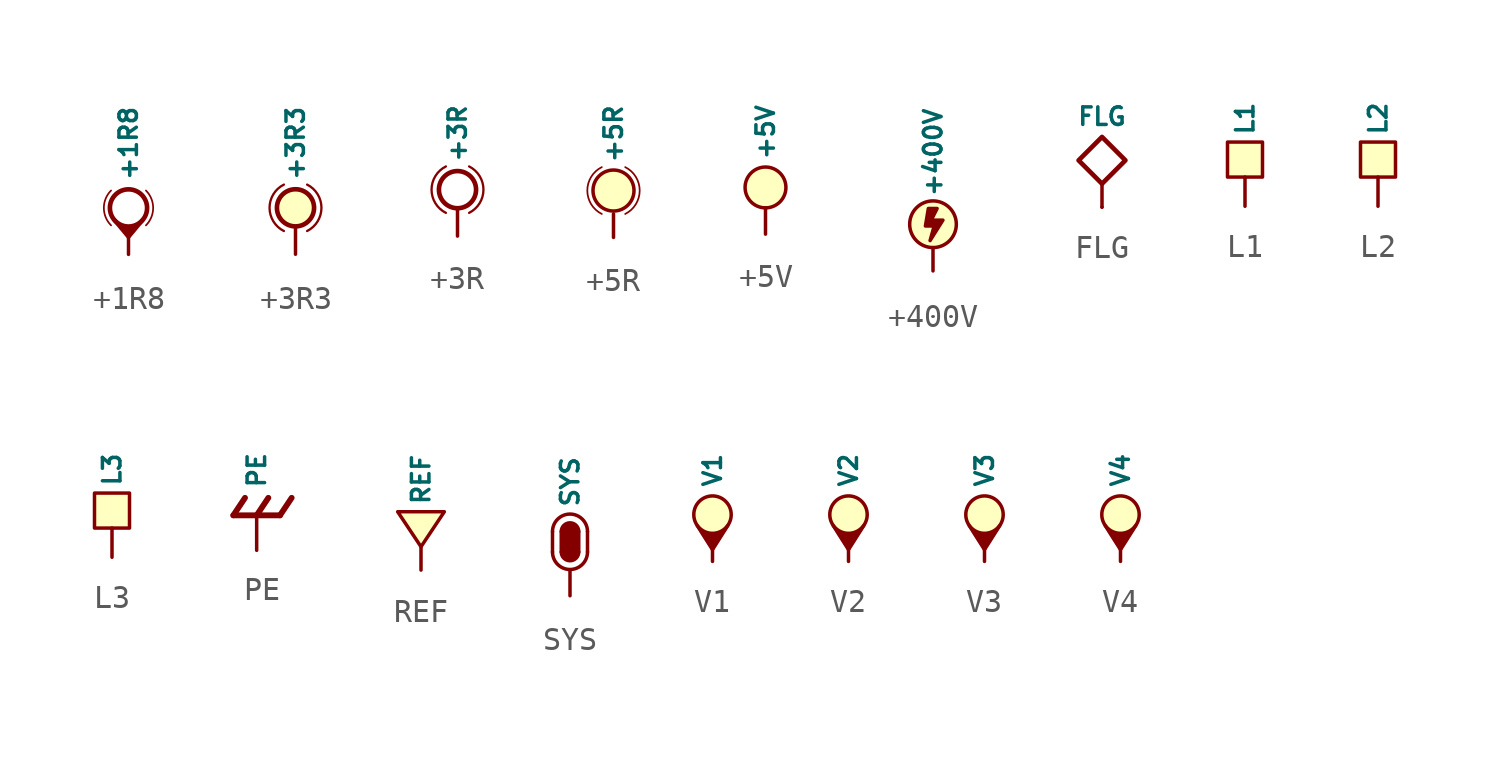
<source format=kicad_sym>
(kicad_symbol_lib
  (version 20220914)
  (generator kicad_symbol_editor)
  (symbol "+1R8"
    (power)
    (pin_names
      (offset 0))
    (property "Reference" "#PWR"
      (at 0 -1.27 0)
      (effects (font (size 0.762 0.762)) hide))
    (property "Value" "+1R8"
      (at 0 3.175 90)
      (effects (font (size 0.762 0.762)) (justify left)))
    (symbol "+1R8_0_1"
      (arc (start -0.762 2.794) (mid -1.0776 2.032) (end -0.762 1.27) (stroke (width 0.0762) (type solid)) (fill (type none)))
      (polyline (pts (xy 0 0) (xy 0 1.143)) (stroke (width 0) (type solid)) (fill (type none)))
      (polyline (pts (xy -0.635 1.524) (xy -0.254 1.143) (xy 0.254 1.143) (xy 0.635 1.524) (xy 0 0.762) (xy -0.635 1.524)) (stroke (width 0.178) (type solid)) (fill (type outline)))
      (circle (center 0 2.032) (radius 0.813) (stroke (width 0.203) (type solid)) (fill (type none)))
      (arc (start 0.762 1.27) (mid 1.0776 2.032) (end 0.762 2.794) (stroke (width 0.0762) (type solid)) (fill (type none))))
    (symbol "+1R8_1_1"
      (pin power_in line (at 0 0 90) (length 0) hide (name "+1R8" (effects (font (size 0.254 0.254)))) (number "1" (effects (font (size 0.254 0.254)))))))
  (symbol "+3R3"
    (power)
    (pin_names
      (offset 0))
    (property "Reference" "#PWR"
      (at 0 -1.27 0)
      (effects (font (size 0.762 0.762)) hide))
    (property "Value" "+3R3"
      (at 0 3.175 90)
      (effects (font (size 0.762 0.762)) (justify left)))
    (symbol "+3R3_0_1"
      (arc (start -0.508 3.048) (mid -1.1359 2.032) (end -0.508 1.016) (stroke (width 0.1016) (type solid)) (fill (type none)))
      (polyline (pts (xy 0 0) (xy 0 1.143)) (stroke (width 0) (type solid)) (fill (type none)))
      (circle (center 0 2.032) (radius 0.813) (stroke (width 0.203) (type solid)) (fill (type background)))
      (arc (start 0.508 1.016) (mid 1.1359 2.032) (end 0.508 3.048) (stroke (width 0.1016) (type solid)) (fill (type none))))
    (symbol "+3R3_1_1"
      (pin power_in line (at 0 0 90) (length 0) hide (name "+3R3" (effects (font (size 0.254 0.254)))) (number "1" (effects (font (size 0.254 0.254)))))))
  (symbol "+3R"
    (power)
    (pin_names
      (offset 0))
    (property "Reference" "#PWR"
      (at 0 -1.27 0)
      (effects (font (size 0.762 0.762)) hide))
    (property "Value" "+3R"
      (at 0 3.175 90)
      (effects (font (size 0.762 0.762)) (justify left)))
    (symbol "+3R_0_1"
      (arc (start -0.508 3.048) (mid -1.1359 2.032) (end -0.508 1.016) (stroke (width 0.1016) (type solid)) (fill (type none)))
      (polyline (pts (xy 0 0) (xy 0 1.143)) (stroke (width 0) (type solid)) (fill (type none)))
      (circle (center 0 2.032) (radius 0.813) (stroke (width 0.203) (type solid)) (fill (type none)))
      (arc (start 0.508 1.016) (mid 1.1359 2.032) (end 0.508 3.048) (stroke (width 0.1016) (type solid)) (fill (type none))))
    (symbol "+3R_1_1"
      (pin power_in line (at 0 0 90) (length 0) hide (name "+3R" (effects (font (size 0.254 0.254)))) (number "1" (effects (font (size 0.254 0.254)))))))
  (symbol "+5R"
    (power)
    (pin_names
      (offset 0))
    (property "Reference" "#PWR"
      (at 0 -1.27 0)
      (effects (font (size 0.762 0.762)) hide))
    (property "Value" "+5R"
      (at 0 3.175 90)
      (effects (font (size 0.762 0.762)) (justify left)))
    (symbol "+5R_0_1"
      (arc (start -0.508 3.048) (mid -1.1359 2.032) (end -0.508 1.016) (stroke (width 0.0762) (type solid)) (fill (type none)))
      (polyline (pts (xy 0 0) (xy 0 1.016)) (stroke (width 0) (type solid)) (fill (type none)))
      (circle (center 0 2.032) (radius 0.889) (stroke (width 0) (type solid)) (fill (type background)))
      (arc (start 0.508 1.016) (mid 1.1359 2.032) (end 0.508 3.048) (stroke (width 0.0762) (type solid)) (fill (type none))))
    (symbol "+5R_1_1"
      (pin power_in line (at 0 0 90) (length 0) hide (name "+5R" (effects (font (size 0.254 0.254)))) (number "1" (effects (font (size 0.254 0.254)))))))
  (symbol "+5V"
    (power)
    (pin_names
      (offset 0))
    (property "Reference" "#PWR"
      (at 0 -1.27 0)
      (effects (font (size 0.762 0.762)) hide))
    (property "Value" "+5V"
      (at 0 3.175 90)
      (effects (font (size 0.762 0.762)) (justify left)))
    (symbol "+5V_0_1"
      (polyline (pts (xy 0 0) (xy 0 1.143)) (stroke (width 0) (type solid)) (fill (type none)))
      (circle (center 0 2.032) (radius 0.889) (stroke (width 0) (type solid)) (fill (type background))))
    (symbol "+5V_1_1"
      (pin power_in line (at 0 0 90) (length 0) hide (name "+5V" (effects (font (size 0.254 0.254)))) (number "1" (effects (font (size 0.254 0.254)))))))
  (symbol "+400V"
    (power)
    (pin_names
      (offset 0))
    (property "Reference" "#PWR"
      (at 0 -1.27 0)
      (effects (font (size 0.762 0.762)) hide))
    (property "Value" "+400V"
      (at 0 3.175 90)
      (effects (font (size 0.762 0.762)) (justify left)))
    (symbol "+400V_0_1"
      (polyline (pts (xy 0 0) (xy 0 1.016)) (stroke (width 0) (type solid)) (fill (type none))))
    (symbol "+400V_1_1"
      (polyline (pts (xy -0.203 2.718) (xy 0.178 2.718) (xy -0.076 2.21) (xy 0.432 2.21) (xy -0.127 1.321) (xy 0.051 1.956) (xy -0.33 1.956) (xy -0.203 2.718)) (stroke (width 0) (type default)) (fill (type outline)))
      (circle (center 0 2.032) (radius 1.016) (stroke (width 0) (type solid)) (fill (type background)))
      (pin power_in line (at 0 0 90) (length 0) hide (name "+400V" (effects (font (size 0.254 0.254)))) (number "1" (effects (font (size 0.254 0.254)))))))
  (symbol "FLG"
    (power)
    (pin_numbers hide)
    (pin_names
      (offset 0) hide)
    (property "Reference" "#FLG"
      (at 0.127 -1.143 0)
      (effects (font (size 0.762 0.762)) hide))
    (property "Value" "FLG"
      (at 0 3.937 0)
      (effects (font (size 0.762 0.762))))
    (symbol "FLG_0_0"
      (pin power_out line (at 0 0 90) (length 0) (name "pwr" (effects (font (size 0.254 0.254)))) (number "1" (effects (font (size 0.254 0.254))))))
    (symbol "FLG_0_1"
      (polyline (pts (xy 0 0) (xy 0 1.016)) (stroke (width 0) (type solid)) (fill (type none)))
      (polyline (pts (xy 0 1.016) (xy -1.016 2.032) (xy 0 3.048) (xy 1.016 2.032) (xy 0 1.016)) (stroke (width 0.203) (type solid)) (fill (type none)))))
  (symbol "L1"
    (power)
    (pin_names
      (offset 0))
    (property "Reference" "#PWR"
      (at 0 -1.27 0)
      (effects (font (size 0.762 0.762)) hide))
    (property "Value" "L1"
      (at 0 3.048 90)
      (effects (font (size 0.762 0.762)) (justify left)))
    (symbol "L1_0_1"
      (polyline (pts (xy 0 0) (xy 0 1.27)) (stroke (width 0) (type solid)) (fill (type none)))
      (rectangle (start 0.762 1.27) (end -0.762 2.794) (stroke (width 0) (type solid)) (fill (type background))))
    (symbol "L1_1_1"
      (pin power_in line (at 0 0 90) (length 0) hide (name "L1" (effects (font (size 0.254 0.254)))) (number "1" (effects (font (size 0.254 0.254)))))))
  (symbol "L2"
    (power)
    (pin_names
      (offset 0))
    (property "Reference" "#PWR"
      (at 0 -1.27 0)
      (effects (font (size 0.762 0.762)) hide))
    (property "Value" "L2"
      (at 0 3.048 90)
      (effects (font (size 0.762 0.762)) (justify left)))
    (symbol "L2_0_1"
      (polyline (pts (xy 0 0) (xy 0 1.27)) (stroke (width 0) (type solid)) (fill (type none)))
      (rectangle (start 0.762 1.27) (end -0.762 2.794) (stroke (width 0) (type solid)) (fill (type background))))
    (symbol "L2_1_1"
      (pin power_in line (at 0 0 90) (length 0) hide (name "L2" (effects (font (size 0.254 0.254)))) (number "1" (effects (font (size 0.254 0.254)))))))
  (symbol "L3"
    (power)
    (pin_names
      (offset 0))
    (property "Reference" "#PWR"
      (at 0 -1.27 0)
      (effects (font (size 0.762 0.762)) hide))
    (property "Value" "L3"
      (at 0 3.048 90)
      (effects (font (size 0.762 0.762)) (justify left)))
    (symbol "L3_0_1"
      (polyline (pts (xy 0 0) (xy 0 1.27)) (stroke (width 0) (type solid)) (fill (type none)))
      (rectangle (start 0.762 1.27) (end -0.762 2.794) (stroke (width 0) (type solid)) (fill (type background))))
    (symbol "L3_1_1"
      (pin power_in line (at 0 0 90) (length 0) hide (name "L3" (effects (font (size 0.254 0.254)))) (number "1" (effects (font (size 0.254 0.254)))))))
  (symbol "PE"
    (power)
    (pin_names
      (offset 0))
    (property "Reference" "#PWR"
      (at 0 -1.27 0)
      (effects (font (size 0.762 0.762)) hide))
    (property "Value" "PE"
      (at 0 2.667 90)
      (effects (font (size 0.762 0.762)) (justify left)))
    (symbol "PE_0_1"
      (polyline (pts (xy -1.016 1.524) (xy 1.016 1.524)) (stroke (width 0.254) (type solid)) (fill (type none)))
      (polyline (pts (xy 0 0) (xy 0 1.524)) (stroke (width 0) (type solid)) (fill (type none))))
    (symbol "PE_1_1"
      (polyline (pts (xy -1.016 1.524) (xy -0.508 2.286)) (stroke (width 0.254) (type solid)) (fill (type none)))
      (polyline (pts (xy 0 1.524) (xy 0.508 2.286)) (stroke (width 0.254) (type solid)) (fill (type none)))
      (polyline (pts (xy 1.016 1.524) (xy 1.524 2.286)) (stroke (width 0.254) (type solid)) (fill (type none)))
      (pin power_in line (at 0 0 90) (length 0) hide (name "PE" (effects (font (size 0.254 0.254)))) (number "1" (effects (font (size 0.254 0.254)))))))
  (symbol "REF"
    (power)
    (pin_names
      (offset 0))
    (property "Reference" "#PWR"
      (at 0 -1.27 0)
      (effects (font (size 0.762 0.762)) hide))
    (property "Value" "REF"
      (at 0 2.794 90)
      (effects (font (size 0.762 0.762)) (justify left)))
    (symbol "REF_0_1"
      (polyline (pts (xy 0 0) (xy 0 1.016)) (stroke (width 0) (type solid)) (fill (type none)))
      (polyline (pts (xy 0 1.016) (xy -1.016 2.54) (xy 1.016 2.54) (xy 0 1.016)) (stroke (width 0) (type solid)) (fill (type background))))
    (symbol "REF_1_1"
      (pin power_in line (at 0 0 90) (length 0) hide (name "REF" (effects (font (size 0.254 0.254)))) (number "1" (effects (font (size 0.254 0.254)))))))
  (symbol "SYS"
    (power)
    (pin_names
      (offset 0))
    (property "Reference" "#PWR"
      (at 0 -1.27 0)
      (effects (font (size 0.762 0.762)) hide))
    (property "Value" "SYS"
      (at 0 3.81 90)
      (effects (font (size 0.762 0.762)) (justify left)))
    (symbol "SYS_0_1"
      (arc (start -0.762 1.905) (mid 0 1.1463) (end 0.762 1.905) (stroke (width 0) (type solid)) (fill (type none)))
      (arc (start -0.381 1.905) (mid 0 1.5256) (end 0.381 1.905) (stroke (width 0) (type solid)) (fill (type outline)))
      (rectangle (start -0.381 2.794) (end 0.381 1.905) (stroke (width 0) (type solid)) (fill (type outline)))
      (polyline (pts (xy -0.762 2.794) (xy -0.762 1.905)) (stroke (width 0) (type solid)) (fill (type none)))
      (polyline (pts (xy 0 0) (xy 0 1.067)) (stroke (width 0) (type solid)) (fill (type none)))
      (polyline (pts (xy 0.762 2.794) (xy 0.762 1.905)) (stroke (width 0) (type solid)) (fill (type none)))
      (arc (start 0.381 2.794) (mid 0 3.1734) (end -0.381 2.794) (stroke (width 0) (type solid)) (fill (type outline)))
      (arc (start 0.762 2.794) (mid 0 3.5527) (end -0.762 2.794) (stroke (width 0) (type solid)) (fill (type none))))
    (symbol "SYS_1_1"
      (pin power_in line (at 0 0 90) (length 0) hide (name "SYS" (effects (font (size 0.254 0.254)))) (number "1" (effects (font (size 0.254 0.254)))))))
  (symbol "V1"
    (power)
    (pin_names
      (offset 0))
    (property "Reference" "#PWR"
      (at 0 -1.27 0)
      (effects (font (size 0.762 0.762)) hide))
    (property "Value" "V1"
      (at 0 3.175 90)
      (effects (font (size 0.762 0.762)) (justify left)))
    (symbol "V1_0_1"
      (polyline (pts (xy 0 0) (xy 0 1.143)) (stroke (width 0) (type solid)) (fill (type none)))
      (polyline (pts (xy -0.66 1.549) (xy 0 0.508) (xy 0.66 1.549) (xy 0.432 1.219) (xy 0 1.168) (xy -0.457 1.245)) (stroke (width 0) (type solid)) (fill (type outline)))
      (circle (center 0 2.032) (radius 0.813) (stroke (width 0) (type solid)) (fill (type background))))
    (symbol "V1_1_1"
      (pin power_in line (at 0 0 90) (length 0) hide (name "V1" (effects (font (size 0.254 0.254)))) (number "1" (effects (font (size 0.254 0.254)))))))
  (symbol "V2"
    (power)
    (pin_names
      (offset 0))
    (property "Reference" "#PWR"
      (at 0 -1.27 0)
      (effects (font (size 0.762 0.762)) hide))
    (property "Value" "V2"
      (at 0 3.175 90)
      (effects (font (size 0.762 0.762)) (justify left)))
    (symbol "V2_0_1"
      (polyline (pts (xy 0 0) (xy 0 1.143)) (stroke (width 0) (type solid)) (fill (type none)))
      (polyline (pts (xy -0.66 1.549) (xy 0 0.508) (xy 0.66 1.549) (xy 0.432 1.219) (xy 0 1.168) (xy -0.457 1.245)) (stroke (width 0) (type solid)) (fill (type outline)))
      (circle (center 0 2.032) (radius 0.813) (stroke (width 0) (type solid)) (fill (type background))))
    (symbol "V2_1_1"
      (pin power_in line (at 0 0 90) (length 0) hide (name "V2" (effects (font (size 0.254 0.254)))) (number "1" (effects (font (size 0.254 0.254)))))))
  (symbol "V3"
    (power)
    (pin_names
      (offset 0))
    (property "Reference" "#PWR"
      (at 0 -1.27 0)
      (effects (font (size 0.762 0.762)) hide))
    (property "Value" "V3"
      (at 0 3.175 90)
      (effects (font (size 0.762 0.762)) (justify left)))
    (symbol "V3_0_1"
      (polyline (pts (xy 0 0) (xy 0 1.143)) (stroke (width 0) (type solid)) (fill (type none)))
      (polyline (pts (xy -0.66 1.549) (xy 0 0.508) (xy 0.66 1.549) (xy 0.432 1.219) (xy 0 1.168) (xy -0.457 1.245)) (stroke (width 0) (type solid)) (fill (type outline)))
      (circle (center 0 2.032) (radius 0.813) (stroke (width 0) (type solid)) (fill (type background))))
    (symbol "V3_1_1"
      (pin power_in line (at 0 0 90) (length 0) hide (name "V3" (effects (font (size 0.254 0.254)))) (number "1" (effects (font (size 0.254 0.254)))))))
  (symbol "V4"
    (power)
    (pin_names
      (offset 0))
    (property "Reference" "#PWR"
      (at 0 -1.27 0)
      (effects (font (size 0.762 0.762)) hide))
    (property "Value" "V4"
      (at 0 3.175 90)
      (effects (font (size 0.762 0.762)) (justify left)))
    (symbol "V4_0_1"
      (polyline (pts (xy 0 0) (xy 0 1.143)) (stroke (width 0) (type solid)) (fill (type none)))
      (polyline (pts (xy -0.66 1.549) (xy 0 0.508) (xy 0.66 1.549) (xy 0.432 1.219) (xy 0 1.168) (xy -0.457 1.245)) (stroke (width 0) (type solid)) (fill (type outline)))
      (circle (center 0 2.032) (radius 0.813) (stroke (width 0) (type solid)) (fill (type background))))
    (symbol "V4_1_1"
      (pin power_in line (at 0 0 90) (length 0) hide (name "V4" (effects (font (size 0.254 0.254)))) (number "1" (effects (font (size 0.254 0.254))))))))
</source>
